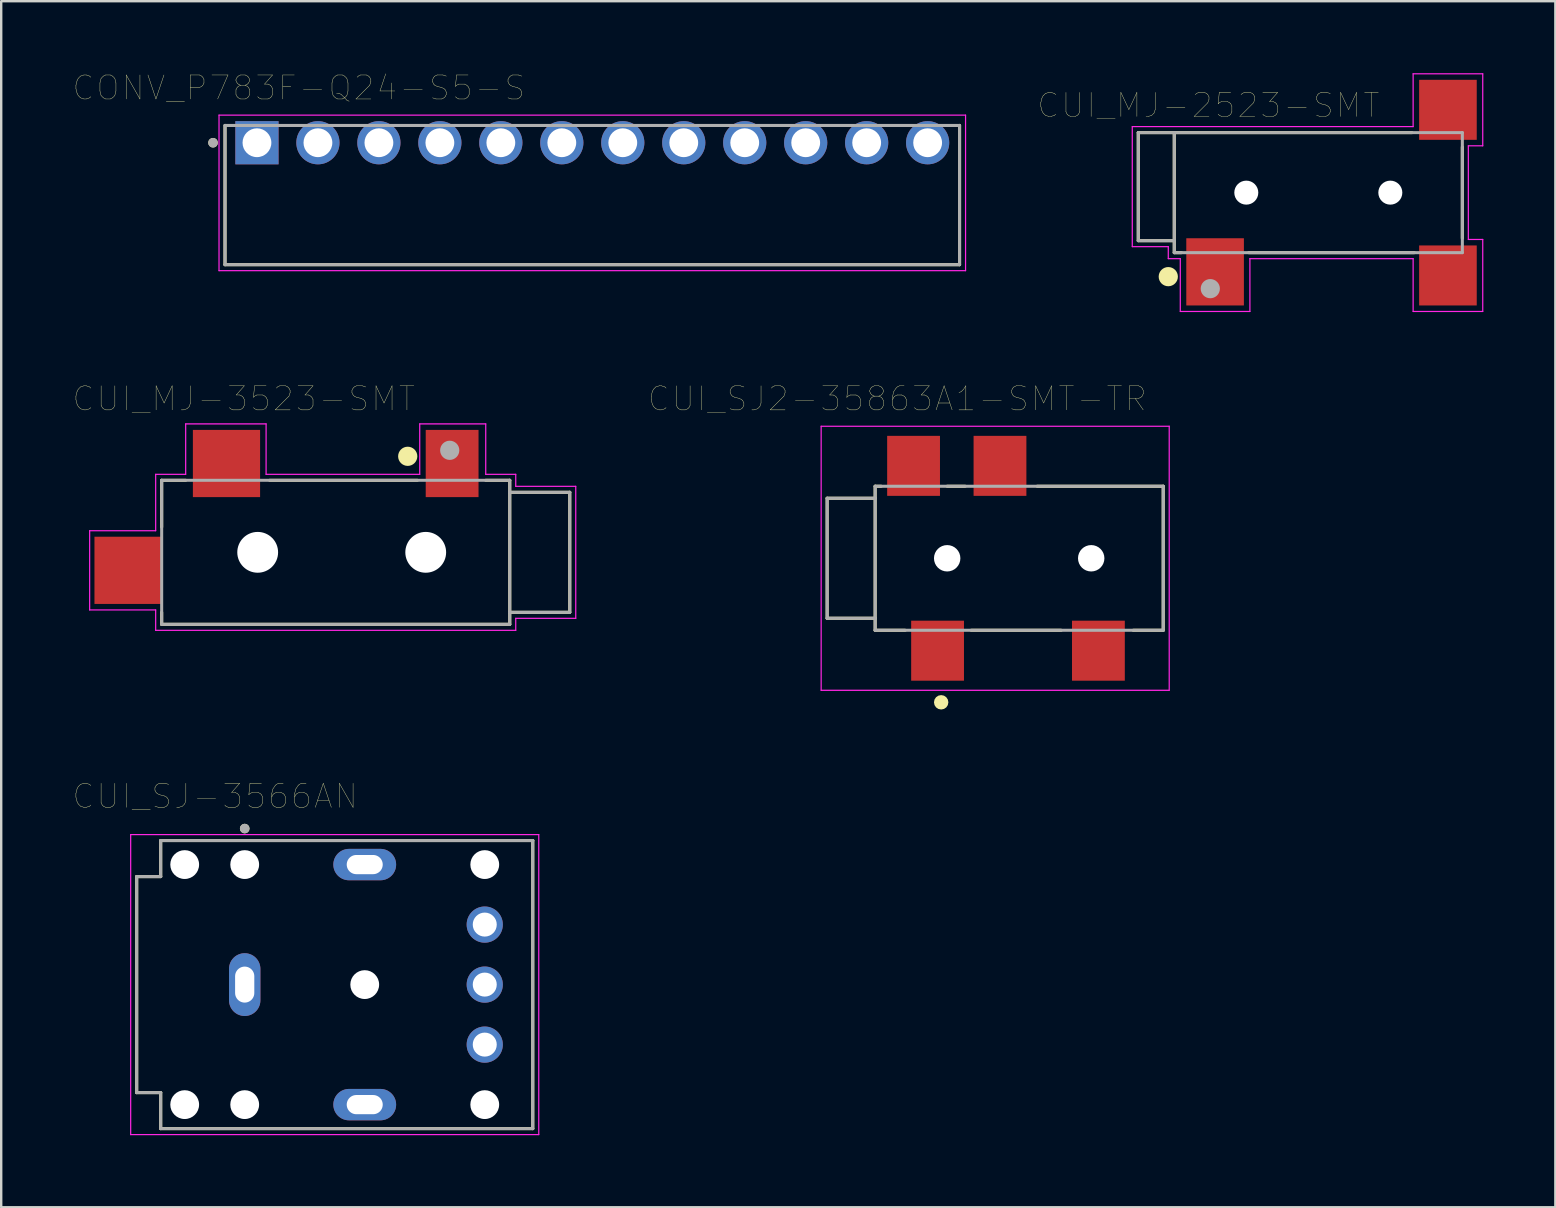
<source format=kicad_pcb>
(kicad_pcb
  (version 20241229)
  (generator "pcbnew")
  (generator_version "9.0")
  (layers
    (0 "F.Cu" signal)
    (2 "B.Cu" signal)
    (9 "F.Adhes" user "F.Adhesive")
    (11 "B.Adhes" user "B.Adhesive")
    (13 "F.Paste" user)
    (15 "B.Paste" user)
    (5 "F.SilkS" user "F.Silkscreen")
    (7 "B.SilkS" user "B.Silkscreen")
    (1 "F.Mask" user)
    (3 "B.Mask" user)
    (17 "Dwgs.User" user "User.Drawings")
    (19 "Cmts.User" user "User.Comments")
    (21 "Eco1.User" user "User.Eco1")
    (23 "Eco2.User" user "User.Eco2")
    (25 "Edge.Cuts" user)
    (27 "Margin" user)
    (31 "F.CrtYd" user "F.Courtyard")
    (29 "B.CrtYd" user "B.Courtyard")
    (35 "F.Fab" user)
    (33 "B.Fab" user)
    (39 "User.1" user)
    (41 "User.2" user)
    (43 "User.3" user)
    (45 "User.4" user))
  (footprint "CUI_MJ-3523-SMT"
    (layer "F.Cu")
    (at 10.935 19.959)
    (property "Reference" "CUI_MJ-3523-SMT" (at -3.832 -6.397 0) (layer "F.SilkS") (effects (font (size 1.002 1.002) (thickness 0.015))))
    (attr through_hole)
    (fp_line (start -7.25 -3) (end -7.25 -1.05) (stroke (width 0.127) (type solid)) (layer "F.SilkS"))
    (fp_line (start -7.25 2.5) (end -7.25 3) (stroke (width 0.127) (type solid)) (layer "F.SilkS"))
    (fp_line (start -7.25 3) (end 7.25 3) (stroke (width 0.127) (type solid)) (layer "F.SilkS"))
    (fp_line (start -6.25 -3) (end -7.25 -3) (stroke (width 0.127) (type solid)) (layer "F.SilkS"))
    (fp_line (start 3.4 -3) (end -2.75 -3) (stroke (width 0.127) (type solid)) (layer "F.SilkS"))
    (fp_line (start 7.25 -3) (end 6.25 -3) (stroke (width 0.127) (type solid)) (layer "F.SilkS"))
    (fp_line (start 7.25 -2.5) (end 7.25 -3) (stroke (width 0.127) (type solid)) (layer "F.SilkS"))
    (fp_line (start 7.25 -2.5) (end 9.75 -2.5) (stroke (width 0.127) (type solid)) (layer "F.SilkS"))
    (fp_line (start 7.25 2.5) (end 7.25 -2.5) (stroke (width 0.127) (type solid)) (layer "F.SilkS"))
    (fp_line (start 7.25 3) (end 7.25 2.5) (stroke (width 0.127) (type solid)) (layer "F.SilkS"))
    (fp_line (start 9.75 -2.5) (end 9.75 2.5) (stroke (width 0.127) (type solid)) (layer "F.SilkS"))
    (fp_line (start 9.75 2.5) (end 7.25 2.5) (stroke (width 0.127) (type solid)) (layer "F.SilkS"))
    (fp_circle (center 3 -4) (end 3.2 -4) (stroke (width 0.4) (type solid)) (fill no) (layer "F.SilkS"))
    (fp_line (start -10.25 -0.9) (end -7.5 -0.9) (stroke (width 0.05) (type solid)) (layer "F.CrtYd"))
    (fp_line (start -10.25 2.4) (end -10.25 -0.9) (stroke (width 0.05) (type solid)) (layer "F.CrtYd"))
    (fp_line (start -7.5 -3.25) (end -6.25 -3.25) (stroke (width 0.05) (type solid)) (layer "F.CrtYd"))
    (fp_line (start -7.5 -0.9) (end -7.5 -3.25) (stroke (width 0.05) (type solid)) (layer "F.CrtYd"))
    (fp_line (start -7.5 2.4) (end -10.25 2.4) (stroke (width 0.05) (type solid)) (layer "F.CrtYd"))
    (fp_line (start -7.5 3.25) (end -7.5 2.4) (stroke (width 0.05) (type solid)) (layer "F.CrtYd"))
    (fp_line (start -6.25 -5.35) (end -2.9 -5.35) (stroke (width 0.05) (type solid)) (layer "F.CrtYd"))
    (fp_line (start -6.25 -3.25) (end -6.25 -5.35) (stroke (width 0.05) (type solid)) (layer "F.CrtYd"))
    (fp_line (start -2.9 -5.35) (end -2.9 -3.25) (stroke (width 0.05) (type solid)) (layer "F.CrtYd"))
    (fp_line (start -2.9 -3.25) (end 3.5 -3.25) (stroke (width 0.05) (type solid)) (layer "F.CrtYd"))
    (fp_line (start 3.5 -5.35) (end 6.25 -5.35) (stroke (width 0.05) (type solid)) (layer "F.CrtYd"))
    (fp_line (start 3.5 -3.25) (end 3.5 -5.35) (stroke (width 0.05) (type solid)) (layer "F.CrtYd"))
    (fp_line (start 6.25 -5.35) (end 6.25 -3.25) (stroke (width 0.05) (type solid)) (layer "F.CrtYd"))
    (fp_line (start 6.25 -3.25) (end 7.5 -3.25) (stroke (width 0.05) (type solid)) (layer "F.CrtYd"))
    (fp_line (start 7.5 -3.25) (end 7.5 -2.75) (stroke (width 0.05) (type solid)) (layer "F.CrtYd"))
    (fp_line (start 7.5 -2.75) (end 10 -2.75) (stroke (width 0.05) (type solid)) (layer "F.CrtYd"))
    (fp_line (start 7.5 2.75) (end 7.5 3.25) (stroke (width 0.05) (type solid)) (layer "F.CrtYd"))
    (fp_line (start 7.5 3.25) (end -7.5 3.25) (stroke (width 0.05) (type solid)) (layer "F.CrtYd"))
    (fp_line (start 10 -2.75) (end 10 2.75) (stroke (width 0.05) (type solid)) (layer "F.CrtYd"))
    (fp_line (start 10 2.75) (end 7.5 2.75) (stroke (width 0.05) (type solid)) (layer "F.CrtYd"))
    (fp_line (start -7.25 -3) (end 7.25 -3) (stroke (width 0.127) (type solid)) (layer "F.Fab"))
    (fp_line (start -7.25 3) (end -7.25 -3) (stroke (width 0.127) (type solid)) (layer "F.Fab"))
    (fp_line (start 7.25 -3) (end 7.25 -2.5) (stroke (width 0.127) (type solid)) (layer "F.Fab"))
    (fp_line (start 7.25 -2.5) (end 7.25 2.5) (stroke (width 0.127) (type solid)) (layer "F.Fab"))
    (fp_line (start 7.25 -2.5) (end 9.75 -2.5) (stroke (width 0.127) (type solid)) (layer "F.Fab"))
    (fp_line (start 7.25 2.5) (end 7.25 3) (stroke (width 0.127) (type solid)) (layer "F.Fab"))
    (fp_line (start 7.25 3) (end -7.25 3) (stroke (width 0.127) (type solid)) (layer "F.Fab"))
    (fp_line (start 9.75 -2.5) (end 9.75 2.5) (stroke (width 0.127) (type solid)) (layer "F.Fab"))
    (fp_line (start 9.75 2.5) (end 7.25 2.5) (stroke (width 0.127) (type solid)) (layer "F.Fab"))
    (fp_circle (center 4.75 -4.25) (end 4.95 -4.25) (stroke (width 0.4) (type solid)) (fill no) (layer "F.Fab"))
    (pad "" np_thru_hole circle (at -3.25 0) (size 1.7 1.7) (drill 1.7) (layers "*.Cu" "*.Mask"))
    (pad "" np_thru_hole circle (at 3.75 0) (size 1.7 1.7) (drill 1.7) (layers "*.Cu" "*.Mask"))
    (pad "1" smd rect (at 4.85 -3.7) (size 2.2 2.8) (layers "F.Cu" "F.Mask" "F.Paste"))
    (pad "2" smd rect (at -4.55 -3.7) (size 2.8 2.8) (layers "F.Cu" "F.Mask" "F.Paste"))
    (pad "10" smd rect (at -8.65 0.75) (size 2.8 2.8) (layers "F.Cu" "F.Mask" "F.Paste")))
  (footprint "CUI_SJ2-35863A1-SMT-TR"
    (layer "F.Cu")
    (at 39.408 20.207)
    (property "Reference" "CUI_SJ2-35863A1-SMT-TR" (at -5.082 -6.645 0) (layer "F.SilkS") (effects (font (size 1.001 1.001) (thickness 0.015))))
    (attr through_hole)
    (fp_line (start -8 -2.5) (end -8 2.5) (stroke (width 0.127) (type solid)) (layer "F.SilkS"))
    (fp_line (start -8 2.5) (end -6 2.5) (stroke (width 0.127) (type solid)) (layer "F.SilkS"))
    (fp_line (start -6 -3) (end -5.75 -3) (stroke (width 0.127) (type solid)) (layer "F.SilkS"))
    (fp_line (start -6 -2.5) (end -8 -2.5) (stroke (width 0.127) (type solid)) (layer "F.SilkS"))
    (fp_line (start -6 2.5) (end -6 -3) (stroke (width 0.127) (type solid)) (layer "F.SilkS"))
    (fp_line (start -6 2.5) (end -6 3) (stroke (width 0.127) (type solid)) (layer "F.SilkS"))
    (fp_line (start -6 3) (end -4.75 3) (stroke (width 0.127) (type solid)) (layer "F.SilkS"))
    (fp_line (start -3 -3) (end -2.25 -3) (stroke (width 0.127) (type solid)) (layer "F.SilkS"))
    (fp_line (start -2 3) (end 1.75 3) (stroke (width 0.127) (type solid)) (layer "F.SilkS"))
    (fp_line (start 4.75 3) (end 6 3) (stroke (width 0.127) (type solid)) (layer "F.SilkS"))
    (fp_line (start 6 -3) (end 0.75 -3) (stroke (width 0.127) (type solid)) (layer "F.SilkS"))
    (fp_line (start 6 3) (end 6 -3) (stroke (width 0.127) (type solid)) (layer "F.SilkS"))
    (fp_circle (center -3.25 6) (end -3.1 6) (stroke (width 0.3) (type solid)) (fill no) (layer "F.SilkS"))
    (fp_line (start -8.25 -5.5) (end 6.25 -5.5) (stroke (width 0.05) (type solid)) (layer "F.CrtYd"))
    (fp_line (start -8.25 5.5) (end -8.25 -5.5) (stroke (width 0.05) (type solid)) (layer "F.CrtYd"))
    (fp_line (start 6.25 -5.5) (end 6.25 5.5) (stroke (width 0.05) (type solid)) (layer "F.CrtYd"))
    (fp_line (start 6.25 5.5) (end -8.25 5.5) (stroke (width 0.05) (type solid)) (layer "F.CrtYd"))
    (fp_line (start -8 -2.5) (end -8 2.5) (stroke (width 0.127) (type solid)) (layer "F.Fab"))
    (fp_line (start -8 2.5) (end -6 2.5) (stroke (width 0.127) (type solid)) (layer "F.Fab"))
    (fp_line (start -6 -3) (end 6 -3) (stroke (width 0.127) (type solid)) (layer "F.Fab"))
    (fp_line (start -6 -2.5) (end -8 -2.5) (stroke (width 0.127) (type solid)) (layer "F.Fab"))
    (fp_line (start -6 -2.5) (end -6 -3) (stroke (width 0.127) (type solid)) (layer "F.Fab"))
    (fp_line (start -6 2.5) (end -6 -2.5) (stroke (width 0.127) (type solid)) (layer "F.Fab"))
    (fp_line (start -6 3) (end -6 2.5) (stroke (width 0.127) (type solid)) (layer "F.Fab"))
    (fp_line (start 6 -3) (end 6 3) (stroke (width 0.127) (type solid)) (layer "F.Fab"))
    (fp_line (start 6 3) (end -6 3) (stroke (width 0.127) (type solid)) (layer "F.Fab"))
    (pad "" np_thru_hole circle (at -3 0) (size 1.1 1.1) (drill 1.1) (layers "*.Cu" "*.Mask"))
    (pad "" np_thru_hole circle (at 3 0) (size 1.1 1.1) (drill 1.1) (layers "*.Cu" "*.Mask"))
    (pad "1" smd rect (at -3.4 3.85) (size 2.2 2.5) (layers "F.Cu" "F.Mask" "F.Paste"))
    (pad "2" smd rect (at 3.3 3.85) (size 2.2 2.5) (layers "F.Cu" "F.Mask" "F.Paste"))
    (pad "3" smd rect (at -0.8 -3.85) (size 2.2 2.5) (layers "F.Cu" "F.Mask" "F.Paste"))
    (pad "4" smd rect (at -4.4 -3.85) (size 2.2 2.5) (layers "F.Cu" "F.Mask" "F.Paste")))
  (footprint "CUI_MJ-2523-SMT"
    (layer "F.Cu")
    (at 51.869 4.975)
    (property "Reference" "CUI_MJ-2523-SMT" (at -4.578 -3.637 0) (layer "F.SilkS") (effects (font (size 1.001 1.001) (thickness 0.015))))
    (attr through_hole)
    (fp_line (start -7.5 -2.5) (end -6 -2.5) (stroke (width 0.127) (type solid)) (layer "F.SilkS"))
    (fp_line (start -7.5 2) (end -7.5 -2.5) (stroke (width 0.127) (type solid)) (layer "F.SilkS"))
    (fp_line (start -6 -2.5) (end -6 2) (stroke (width 0.127) (type solid)) (layer "F.SilkS"))
    (fp_line (start -6 -2.5) (end 3.9 -2.5) (stroke (width 0.127) (type solid)) (layer "F.SilkS"))
    (fp_line (start -6 2) (end -7.5 2) (stroke (width 0.127) (type solid)) (layer "F.SilkS"))
    (fp_line (start -6 2.5) (end -6 2) (stroke (width 0.127) (type solid)) (layer "F.SilkS"))
    (fp_line (start -5.7 2.5) (end -6 2.5) (stroke (width 0.127) (type solid)) (layer "F.SilkS"))
    (fp_line (start 4 2.5) (end -2.9 2.5) (stroke (width 0.127) (type solid)) (layer "F.SilkS"))
    (fp_line (start 6 -1.9) (end 6 1.9) (stroke (width 0.127) (type solid)) (layer "F.SilkS"))
    (fp_circle (center -6.25 3.5) (end -6.05 3.5) (stroke (width 0.4) (type solid)) (fill no) (layer "F.SilkS"))
    (fp_line (start -7.75 -2.75) (end 3.95 -2.75) (stroke (width 0.05) (type solid)) (layer "F.CrtYd"))
    (fp_line (start -7.75 2.25) (end -7.75 -2.75) (stroke (width 0.05) (type solid)) (layer "F.CrtYd"))
    (fp_line (start -6.25 2.25) (end -7.75 2.25) (stroke (width 0.05) (type solid)) (layer "F.CrtYd"))
    (fp_line (start -6.25 2.75) (end -6.25 2.25) (stroke (width 0.05) (type solid)) (layer "F.CrtYd"))
    (fp_line (start -5.75 2.75) (end -6.25 2.75) (stroke (width 0.05) (type solid)) (layer "F.CrtYd"))
    (fp_line (start -5.75 4.95) (end -5.75 2.75) (stroke (width 0.05) (type solid)) (layer "F.CrtYd"))
    (fp_line (start -2.85 2.75) (end -2.85 4.95) (stroke (width 0.05) (type solid)) (layer "F.CrtYd"))
    (fp_line (start -2.85 4.95) (end -5.75 4.95) (stroke (width 0.05) (type solid)) (layer "F.CrtYd"))
    (fp_line (start 3.95 -4.95) (end 6.85 -4.95) (stroke (width 0.05) (type solid)) (layer "F.CrtYd"))
    (fp_line (start 3.95 -2.75) (end 3.95 -4.95) (stroke (width 0.05) (type solid)) (layer "F.CrtYd"))
    (fp_line (start 3.95 2.75) (end -2.85 2.75) (stroke (width 0.05) (type solid)) (layer "F.CrtYd"))
    (fp_line (start 3.95 4.95) (end 3.95 2.75) (stroke (width 0.05) (type solid)) (layer "F.CrtYd"))
    (fp_line (start 6.25 -1.95) (end 6.25 1.95) (stroke (width 0.05) (type solid)) (layer "F.CrtYd"))
    (fp_line (start 6.25 1.95) (end 6.85 1.95) (stroke (width 0.05) (type solid)) (layer "F.CrtYd"))
    (fp_line (start 6.85 -4.95) (end 6.85 -1.95) (stroke (width 0.05) (type solid)) (layer "F.CrtYd"))
    (fp_line (start 6.85 -1.95) (end 6.25 -1.95) (stroke (width 0.05) (type solid)) (layer "F.CrtYd"))
    (fp_line (start 6.85 1.95) (end 6.85 4.95) (stroke (width 0.05) (type solid)) (layer "F.CrtYd"))
    (fp_line (start 6.85 4.95) (end 3.95 4.95) (stroke (width 0.05) (type solid)) (layer "F.CrtYd"))
    (fp_line (start -7.5 -2.5) (end -7.5 2) (stroke (width 0.127) (type solid)) (layer "F.Fab"))
    (fp_line (start -7.5 2) (end -6 2) (stroke (width 0.127) (type solid)) (layer "F.Fab"))
    (fp_line (start -6 -2.5) (end -7.5 -2.5) (stroke (width 0.127) (type solid)) (layer "F.Fab"))
    (fp_line (start -6 -2.5) (end -6 2) (stroke (width 0.127) (type solid)) (layer "F.Fab"))
    (fp_line (start -6 2) (end -6 2.5) (stroke (width 0.127) (type solid)) (layer "F.Fab"))
    (fp_line (start -6 2.5) (end 6 2.5) (stroke (width 0.127) (type solid)) (layer "F.Fab"))
    (fp_line (start 6 -2.5) (end -6 -2.5) (stroke (width 0.127) (type solid)) (layer "F.Fab"))
    (fp_line (start 6 2.5) (end 6 -2.5) (stroke (width 0.127) (type solid)) (layer "F.Fab"))
    (fp_circle (center -4.5 4) (end -4.3 4) (stroke (width 0.4) (type solid)) (fill no) (layer "F.Fab"))
    (pad "" np_thru_hole circle (at -3 0) (size 1 1) (drill 1) (layers "*.Cu" "*.Mask"))
    (pad "" np_thru_hole circle (at 3 0) (size 1 1) (drill 1) (layers "*.Cu" "*.Mask"))
    (pad "1" smd rect (at -4.3 3.3) (size 2.4 2.8) (layers "F.Cu" "F.Mask" "F.Paste"))
    (pad "2" smd rect (at 5.4 3.45) (size 2.4 2.5) (layers "F.Cu" "F.Mask" "F.Paste"))
    (pad "4" smd rect (at 5.4 -3.45) (size 2.4 2.5) (layers "F.Cu" "F.Mask" "F.Paste")))
  (footprint "CUI_SJ-3566AN"
    (layer "F.Cu")
    (at 12.144 37.967)
    (property "Reference" "CUI_SJ-3566AN" (at -6.235 -7.848 0) (layer "F.SilkS") (effects (font (size 1.002 1.002) (thickness 0.015))))
    (attr through_hole)
    (fp_line (start -9.5 -4.5) (end -9.5 4.5) (stroke (width 0.127) (type solid)) (layer "F.SilkS"))
    (fp_line (start -9.5 4.5) (end -8.5 4.5) (stroke (width 0.127) (type solid)) (layer "F.SilkS"))
    (fp_line (start -8.5 -6) (end -8.5 -4.5) (stroke (width 0.127) (type solid)) (layer "F.SilkS"))
    (fp_line (start -8.5 -4.5) (end -9.5 -4.5) (stroke (width 0.127) (type solid)) (layer "F.SilkS"))
    (fp_line (start -8.5 4.5) (end -8.5 6) (stroke (width 0.127) (type solid)) (layer "F.SilkS"))
    (fp_line (start -8.5 6) (end 7 6) (stroke (width 0.127) (type solid)) (layer "F.SilkS"))
    (fp_line (start 7 -6) (end -8.5 -6) (stroke (width 0.127) (type solid)) (layer "F.SilkS"))
    (fp_line (start 7 -6) (end 7 6) (stroke (width 0.127) (type solid)) (layer "F.SilkS"))
    (fp_circle (center -5 -6.5) (end -4.9 -6.5) (stroke (width 0.2) (type solid)) (fill no) (layer "F.SilkS"))
    (fp_line (start -9.75 -6.25) (end 7.25 -6.25) (stroke (width 0.05) (type solid)) (layer "F.CrtYd"))
    (fp_line (start -9.75 6.25) (end -9.75 -6.25) (stroke (width 0.05) (type solid)) (layer "F.CrtYd"))
    (fp_line (start 7.25 -6.25) (end 7.25 6.25) (stroke (width 0.05) (type solid)) (layer "F.CrtYd"))
    (fp_line (start 7.25 6.25) (end -9.75 6.25) (stroke (width 0.05) (type solid)) (layer "F.CrtYd"))
    (fp_line (start -9.5 -4.5) (end -8.5 -4.5) (stroke (width 0.127) (type solid)) (layer "F.Fab"))
    (fp_line (start -9.5 4.5) (end -9.5 -4.5) (stroke (width 0.127) (type solid)) (layer "F.Fab"))
    (fp_line (start -8.5 -6) (end 7 -6) (stroke (width 0.127) (type solid)) (layer "F.Fab"))
    (fp_line (start -8.5 -4.5) (end -8.5 -6) (stroke (width 0.127) (type solid)) (layer "F.Fab"))
    (fp_line (start -8.5 4.5) (end -9.5 4.5) (stroke (width 0.127) (type solid)) (layer "F.Fab"))
    (fp_line (start -8.5 6) (end -8.5 4.5) (stroke (width 0.127) (type solid)) (layer "F.Fab"))
    (fp_line (start 7 -6) (end 7 6) (stroke (width 0.127) (type solid)) (layer "F.Fab"))
    (fp_line (start 7 6) (end -8.5 6) (stroke (width 0.127) (type solid)) (layer "F.Fab"))
    (fp_circle (center -5 -6.5) (end -4.9 -6.5) (stroke (width 0.2) (type solid)) (fill no) (layer "F.Fab"))
    (pad "" np_thru_hole circle (at -7.5 -5) (size 1.2 1.2) (drill 1.2) (layers "*.Cu" "*.Mask"))
    (pad "" np_thru_hole circle (at -7.5 5) (size 1.2 1.2) (drill 1.2) (layers "*.Cu" "*.Mask"))
    (pad "" np_thru_hole circle (at -5 -5) (size 1.2 1.2) (drill 1.2) (layers "*.Cu" "*.Mask"))
    (pad "" np_thru_hole circle (at -5 5) (size 1.2 1.2) (drill 1.2) (layers "*.Cu" "*.Mask"))
    (pad "" np_thru_hole circle (at 0 0) (size 1.2 1.2) (drill 1.2) (layers "*.Cu" "*.Mask"))
    (pad "" np_thru_hole circle (at 5 -5) (size 1.2 1.2) (drill 1.2) (layers "*.Cu" "*.Mask"))
    (pad "" np_thru_hole circle (at 5 5) (size 1.2 1.2) (drill 1.2) (layers "*.Cu" "*.Mask"))
    (pad "1" thru_hole oval (at -5 0) (size 1.308 2.616) (drill oval 0.8 1.5) (layers "*.Cu" "*.Mask"))
    (pad "2" thru_hole oval (at 0 5) (size 2.616 1.308) (drill oval 1.5 0.8) (layers "*.Cu" "*.Mask"))
    (pad "3" thru_hole oval (at 0 -5) (size 2.616 1.308) (drill oval 1.5 0.8) (layers "*.Cu" "*.Mask"))
    (pad "4" thru_hole circle (at 5 -2.5) (size 1.508 1.508) (drill 1) (layers "*.Cu" "*.Mask"))
    (pad "5" thru_hole circle (at 5 0) (size 1.508 1.508) (drill 1) (layers "*.Cu" "*.Mask"))
    (pad "6" thru_hole circle (at 5 2.5) (size 1.508 1.508) (drill 1) (layers "*.Cu" "*.Mask")))
  (footprint "CONV_P783F-Q24-S5-S"
    (layer "F.Cu")
    (at 7.654 2.896)
    (property "Reference" "CONV_P783F-Q24-S5-S" (at 1.745 -2.285 0) (layer "F.SilkS") (effects (font (size 1 1) (thickness 0.015))))
    (attr through_hole)
    (fp_line (start -1.33 -0.72) (end -1.33 5.08) (stroke (width 0.127) (type solid)) (layer "F.SilkS"))
    (fp_line (start -1.33 5.08) (end 29.27 5.08) (stroke (width 0.127) (type solid)) (layer "F.SilkS"))
    (fp_line (start 29.27 5.08) (end 29.27 -0.72) (stroke (width 0.127) (type solid)) (layer "F.SilkS"))
    (fp_circle (center -1.83 0) (end -1.73 0) (stroke (width 0.2) (type solid)) (fill no) (layer "F.SilkS"))
    (fp_line (start -1.58 -1.15) (end -1.58 5.33) (stroke (width 0.05) (type solid)) (layer "F.CrtYd"))
    (fp_line (start -1.58 5.33) (end 29.52 5.33) (stroke (width 0.05) (type solid)) (layer "F.CrtYd"))
    (fp_line (start 29.52 -1.15) (end -1.58 -1.15) (stroke (width 0.05) (type solid)) (layer "F.CrtYd"))
    (fp_line (start 29.52 5.33) (end 29.52 -1.15) (stroke (width 0.05) (type solid)) (layer "F.CrtYd"))
    (fp_line (start -1.33 -0.72) (end -1.33 5.08) (stroke (width 0.127) (type solid)) (layer "F.Fab"))
    (fp_line (start -1.33 5.08) (end 29.27 5.08) (stroke (width 0.127) (type solid)) (layer "F.Fab"))
    (fp_line (start 29.27 -0.72) (end -1.33 -0.72) (stroke (width 0.127) (type solid)) (layer "F.Fab"))
    (fp_line (start 29.27 5.08) (end 29.27 -0.72) (stroke (width 0.127) (type solid)) (layer "F.Fab"))
    (fp_circle (center -1.83 0) (end -1.73 0) (stroke (width 0.2) (type solid)) (fill no) (layer "F.Fab"))
    (pad "1" thru_hole rect (at 0 0) (size 1.8 1.8) (drill 1.2) (layers "*.Cu" "*.Mask"))
    (pad "2" thru_hole circle (at 2.54 0) (size 1.8 1.8) (drill 1.2) (layers "*.Cu" "*.Mask"))
    (pad "3" thru_hole circle (at 5.08 0) (size 1.8 1.8) (drill 1.2) (layers "*.Cu" "*.Mask"))
    (pad "4" thru_hole circle (at 7.62 0) (size 1.8 1.8) (drill 1.2) (layers "*.Cu" "*.Mask"))
    (pad "5" thru_hole circle (at 10.16 0) (size 1.8 1.8) (drill 1.2) (layers "*.Cu" "*.Mask"))
    (pad "6" thru_hole circle (at 12.7 0) (size 1.8 1.8) (drill 1.2) (layers "*.Cu" "*.Mask"))
    (pad "7" thru_hole circle (at 15.24 0) (size 1.8 1.8) (drill 1.2) (layers "*.Cu" "*.Mask"))
    (pad "8" thru_hole circle (at 17.78 0) (size 1.8 1.8) (drill 1.2) (layers "*.Cu" "*.Mask"))
    (pad "9" thru_hole circle (at 20.32 0) (size 1.8 1.8) (drill 1.2) (layers "*.Cu" "*.Mask"))
    (pad "10" thru_hole circle (at 22.86 0) (size 1.8 1.8) (drill 1.2) (layers "*.Cu" "*.Mask"))
    (pad "11" thru_hole circle (at 25.4 0) (size 1.8 1.8) (drill 1.2) (layers "*.Cu" "*.Mask"))
    (pad "12" thru_hole circle (at 27.94 0) (size 1.8 1.8) (drill 1.2) (layers "*.Cu" "*.Mask")))
  (gr_rect
    (start -3 -3)
    (end 61.744 47.242)
    (stroke (width 0.1) (type default))
    (fill no)
    (layer "Edge.Cuts")))
</source>
